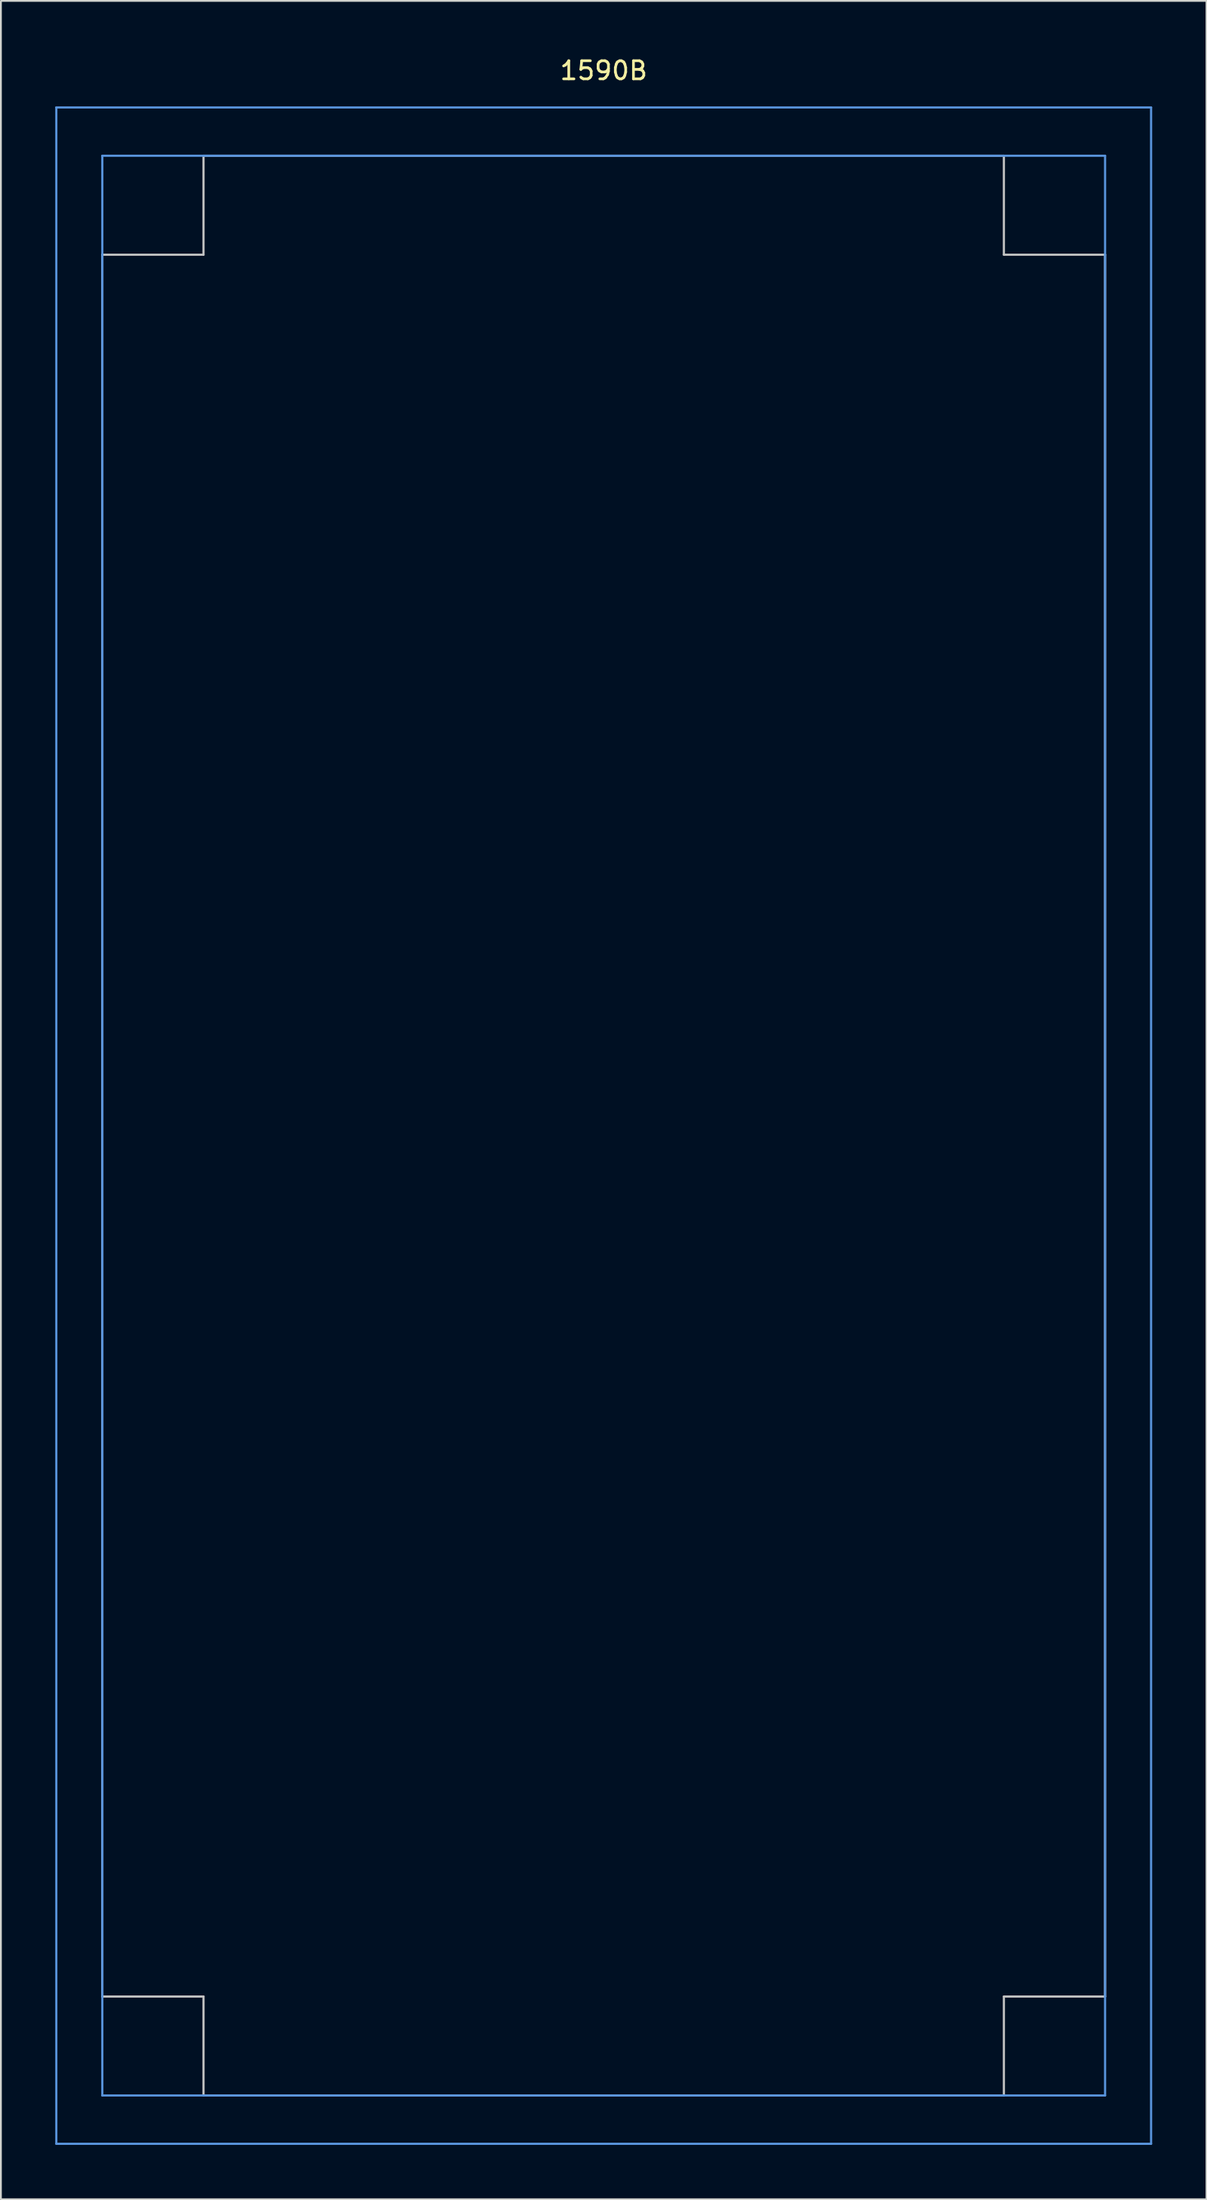
<source format=kicad_pcb>
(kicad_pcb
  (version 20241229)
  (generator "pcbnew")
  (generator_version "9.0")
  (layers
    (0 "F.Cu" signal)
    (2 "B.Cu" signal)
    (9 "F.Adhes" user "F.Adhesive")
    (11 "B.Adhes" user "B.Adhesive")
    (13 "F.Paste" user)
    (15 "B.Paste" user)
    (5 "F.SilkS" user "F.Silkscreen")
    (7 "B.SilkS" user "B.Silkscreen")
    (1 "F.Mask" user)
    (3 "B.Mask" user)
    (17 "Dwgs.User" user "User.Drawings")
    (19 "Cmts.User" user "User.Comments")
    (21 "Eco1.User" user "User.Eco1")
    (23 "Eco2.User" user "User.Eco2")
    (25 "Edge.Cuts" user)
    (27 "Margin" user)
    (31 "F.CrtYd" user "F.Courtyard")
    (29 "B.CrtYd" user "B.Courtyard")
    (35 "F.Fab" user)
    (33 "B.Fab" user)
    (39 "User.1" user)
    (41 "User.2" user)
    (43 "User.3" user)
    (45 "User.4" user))
  (footprint "1590B"
    (layer "F.Cu")
    (at 30.286 59.141)
    (property "Reference" "1590B" (at 0 -58.293 0) (layer "F.SilkS") (effects (font (size 1 1) (thickness 0.15))))
    (attr through_hole)
    (fp_line (start -27.686 48.006) (end -27.686 -48.133) (stroke (width 0.12) (type solid)) (layer "Dwgs.User"))
    (fp_line (start -22.098 -53.594) (end -22.098 -48.133) (stroke (width 0.12) (type solid)) (layer "Dwgs.User"))
    (fp_line (start -22.098 -53.594) (end 22.098 -53.594) (stroke (width 0.12) (type solid)) (layer "Dwgs.User"))
    (fp_line (start -22.098 -48.133) (end -27.686 -48.133) (stroke (width 0.12) (type solid)) (layer "Dwgs.User"))
    (fp_line (start -22.098 48.006) (end -27.686 48.006) (stroke (width 0.12) (type solid)) (layer "Dwgs.User"))
    (fp_line (start -22.098 53.467) (end -22.098 48.006) (stroke (width 0.12) (type solid)) (layer "Dwgs.User"))
    (fp_line (start -22.098 53.467) (end 22.098 53.467) (stroke (width 0.12) (type solid)) (layer "Dwgs.User"))
    (fp_line (start 22.098 -53.594) (end 22.098 -48.133) (stroke (width 0.12) (type solid)) (layer "Dwgs.User"))
    (fp_line (start 22.098 -48.133) (end 27.686 -48.133) (stroke (width 0.12) (type solid)) (layer "Dwgs.User"))
    (fp_line (start 22.098 48.006) (end 27.686 48.006) (stroke (width 0.12) (type solid)) (layer "Dwgs.User"))
    (fp_line (start 22.098 53.467) (end 22.098 48.006) (stroke (width 0.12) (type solid)) (layer "Dwgs.User"))
    (fp_line (start 27.686 48.006) (end 27.686 -48.133) (stroke (width 0.12) (type solid)) (layer "Dwgs.User"))
    (fp_line (start -30.226 -56.261) (end -30.226 56.134) (stroke (width 0.12) (type solid)) (layer "Cmts.User"))
    (fp_line (start -30.226 56.134) (end 30.226 56.134) (stroke (width 0.12) (type solid)) (layer "Cmts.User"))
    (fp_line (start -27.686 -53.594) (end 27.686 -53.594) (stroke (width 0.12) (type solid)) (layer "Cmts.User"))
    (fp_line (start -27.686 53.467) (end -27.686 -53.594) (stroke (width 0.12) (type solid)) (layer "Cmts.User"))
    (fp_line (start -27.686 53.467) (end 27.686 53.467) (stroke (width 0.12) (type solid)) (layer "Cmts.User"))
    (fp_line (start 27.686 53.467) (end 27.686 -53.594) (stroke (width 0.12) (type solid)) (layer "Cmts.User"))
    (fp_line (start 30.226 -56.261) (end -30.226 -56.261) (stroke (width 0.12) (type solid)) (layer "Cmts.User"))
    (fp_line (start 30.226 56.134) (end 30.226 -56.261) (stroke (width 0.12) (type solid)) (layer "Cmts.User")))
  (gr_rect
    (start -3 -3)
    (end 63.572 118.335)
    (stroke (width 0.1) (type default))
    (fill no)
    (layer "Edge.Cuts")))
</source>
